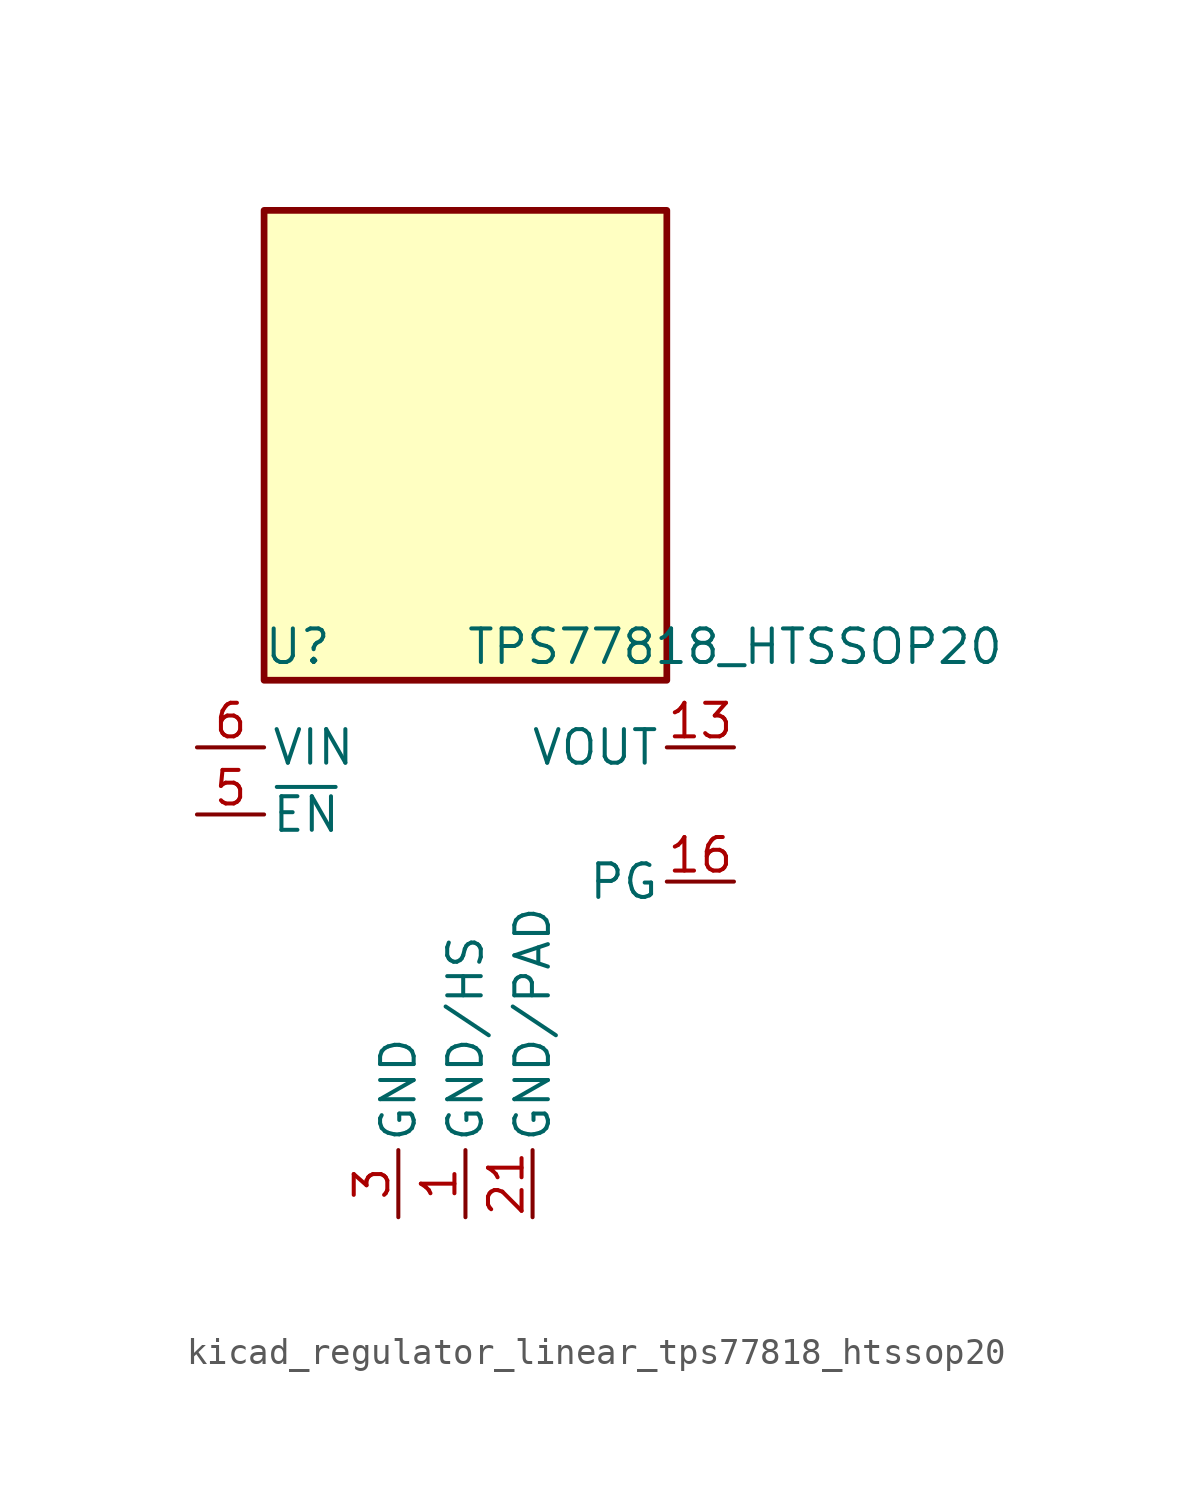
<source format=kicad_sym>
(kicad_symbol_lib
  (version 20220914)
  (generator kicad_symbol_editor)
  (symbol "kicad_regulator_linear_tps77818_htssop20"
    (pin_names
      (offset 0.254))
    (property "Reference" "U"
      (at -6.35 8.89 0)
      (effects (font (size 1.27 1.27))))
    (property "Value" "TPS77818_HTSSOP20"
      (at 0 8.89 0)
      (effects (font (size 1.27 1.27)) (justify left)))
    (symbol "kicad_regulator_linear_tps77818_htssop20_0_1"
      (rectangle (start 7.62 25.4) (end -7.62 7.62) (stroke (width 0.254) (type default)) (fill (type background))))
    (symbol "kicad_regulator_linear_tps77818_htssop20_1_1"
      (pin power_in line (at 0 -12.7 90) (length 2.54) (name "GND/HS" (effects (font (size 1.27 1.27)))) (number "1" (effects (font (size 1.27 1.27)))))
      (pin passive line (at 0 -12.7 90) (length 2.54) hide (name "GND/HS" (effects (font (size 1.27 1.27)))) (number "10" (effects (font (size 1.27 1.27)))))
      (pin passive line (at 0 -12.7 90) (length 2.54) hide (name "GND/HS" (effects (font (size 1.27 1.27)))) (number "11" (effects (font (size 1.27 1.27)))))
      (pin passive line (at 0 -12.7 90) (length 2.54) hide (name "GND/HS" (effects (font (size 1.27 1.27)))) (number "12" (effects (font (size 1.27 1.27)))))
      (pin power_out line (at 10.16 5.08 180) (length 2.54) (name "VOUT" (effects (font (size 1.27 1.27)))) (number "13" (effects (font (size 1.27 1.27)))))
      (pin passive line (at 10.16 5.08 180) (length 2.54) hide (name "VOUT" (effects (font (size 1.27 1.27)))) (number "14" (effects (font (size 1.27 1.27)))))
      (pin no_connect line (at 7.62 2.54 180) (length 2.54) hide (name "NC" (effects (font (size 1.27 1.27)))) (number "15" (effects (font (size 1.27 1.27)))))
      (pin open_collector line (at 10.16 0 180) (length 2.54) (name "PG" (effects (font (size 1.27 1.27)))) (number "16" (effects (font (size 1.27 1.27)))))
      (pin no_connect line (at 7.62 -2.54 180) (length 2.54) hide (name "NC" (effects (font (size 1.27 1.27)))) (number "17" (effects (font (size 1.27 1.27)))))
      (pin no_connect line (at 7.62 -5.08 180) (length 2.54) hide (name "NC" (effects (font (size 1.27 1.27)))) (number "18" (effects (font (size 1.27 1.27)))))
      (pin passive line (at 0 -12.7 90) (length 2.54) hide (name "GND/HS" (effects (font (size 1.27 1.27)))) (number "19" (effects (font (size 1.27 1.27)))))
      (pin passive line (at 0 -12.7 90) (length 2.54) hide (name "GND/HS" (effects (font (size 1.27 1.27)))) (number "2" (effects (font (size 1.27 1.27)))))
      (pin passive line (at 0 -12.7 90) (length 2.54) hide (name "GND/HS" (effects (font (size 1.27 1.27)))) (number "20" (effects (font (size 1.27 1.27)))))
      (pin power_in line (at 2.54 -12.7 90) (length 2.54) (name "GND/PAD" (effects (font (size 1.27 1.27)))) (number "21" (effects (font (size 1.27 1.27)))))
      (pin power_in line (at -2.54 -12.7 90) (length 2.54) (name "GND" (effects (font (size 1.27 1.27)))) (number "3" (effects (font (size 1.27 1.27)))))
      (pin no_connect line (at -7.62 0 0) (length 2.54) hide (name "NC" (effects (font (size 1.27 1.27)))) (number "4" (effects (font (size 1.27 1.27)))))
      (pin input line (at -10.16 2.54 0) (length 2.54) (name "~{EN}" (effects (font (size 1.27 1.27)))) (number "5" (effects (font (size 1.27 1.27)))))
      (pin power_in line (at -10.16 5.08 0) (length 2.54) (name "VIN" (effects (font (size 1.27 1.27)))) (number "6" (effects (font (size 1.27 1.27)))))
      (pin passive line (at -10.16 5.08 0) (length 2.54) hide (name "VIN" (effects (font (size 1.27 1.27)))) (number "7" (effects (font (size 1.27 1.27)))))
      (pin no_connect line (at -7.62 -2.54 0) (length 2.54) hide (name "NC" (effects (font (size 1.27 1.27)))) (number "8" (effects (font (size 1.27 1.27)))))
      (pin passive line (at 0 -12.7 90) (length 2.54) hide (name "GND/HS" (effects (font (size 1.27 1.27)))) (number "9" (effects (font (size 1.27 1.27))))))))
</source>
